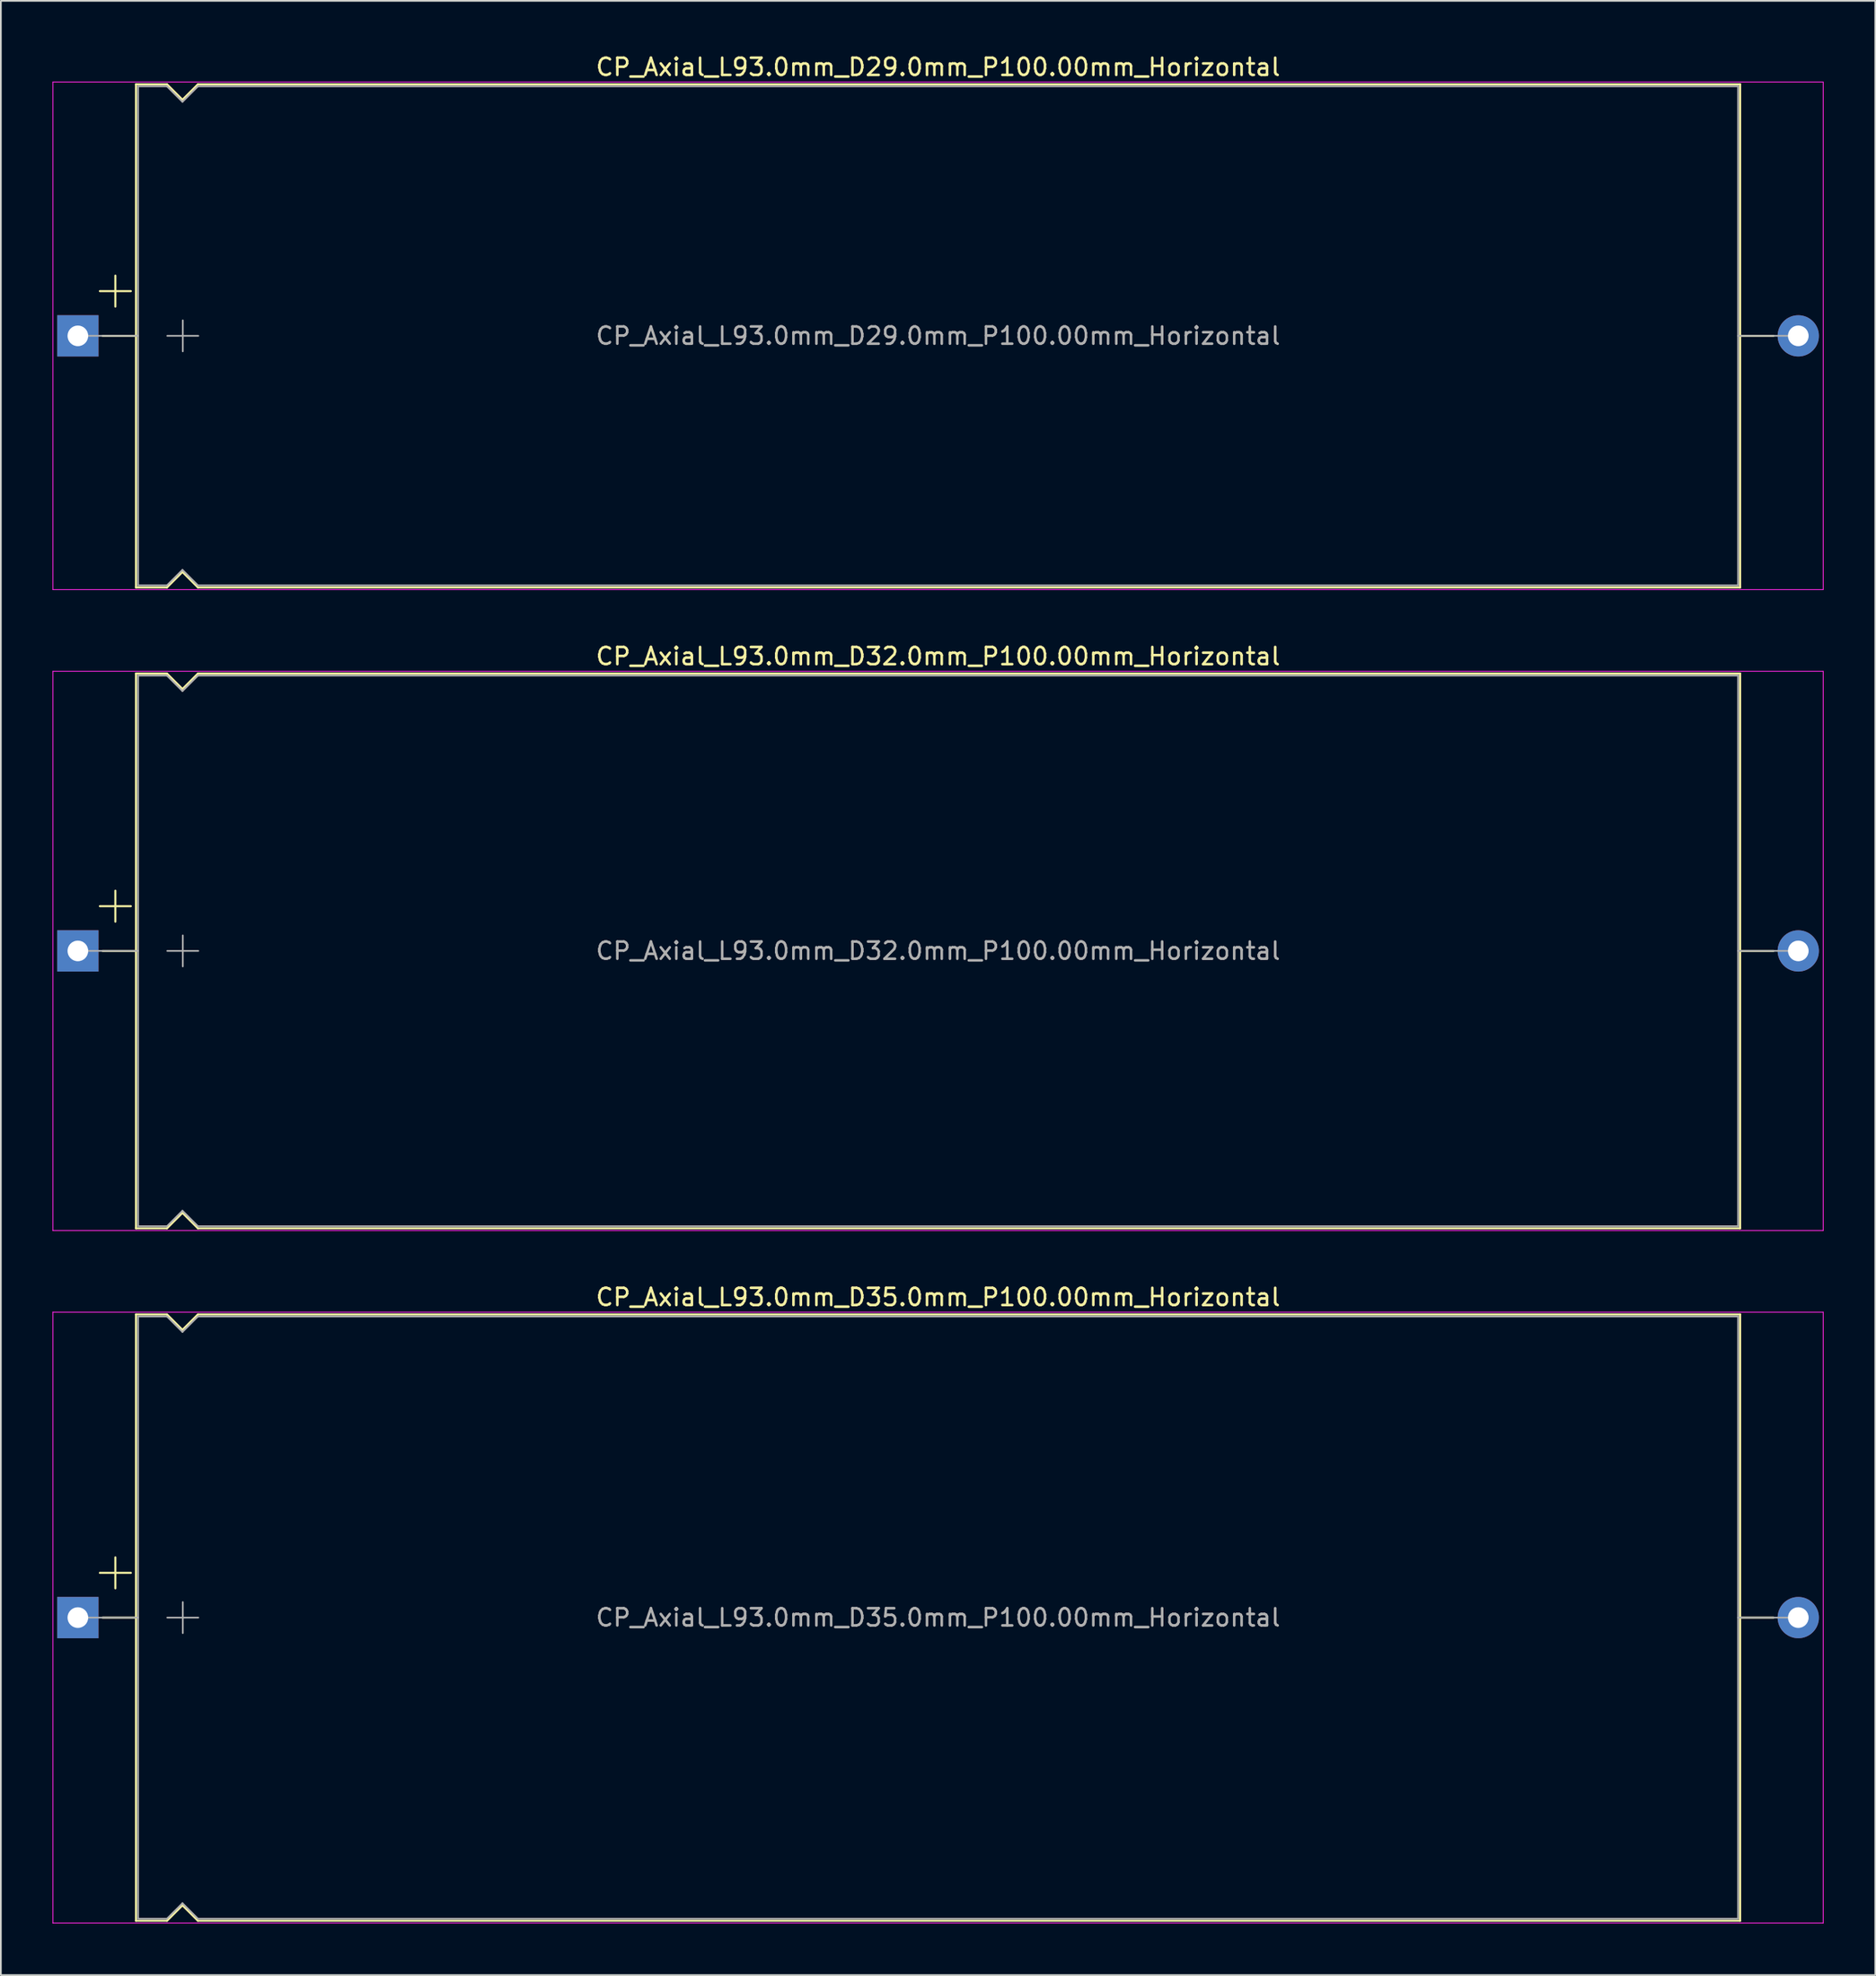
<source format=kicad_pcb>
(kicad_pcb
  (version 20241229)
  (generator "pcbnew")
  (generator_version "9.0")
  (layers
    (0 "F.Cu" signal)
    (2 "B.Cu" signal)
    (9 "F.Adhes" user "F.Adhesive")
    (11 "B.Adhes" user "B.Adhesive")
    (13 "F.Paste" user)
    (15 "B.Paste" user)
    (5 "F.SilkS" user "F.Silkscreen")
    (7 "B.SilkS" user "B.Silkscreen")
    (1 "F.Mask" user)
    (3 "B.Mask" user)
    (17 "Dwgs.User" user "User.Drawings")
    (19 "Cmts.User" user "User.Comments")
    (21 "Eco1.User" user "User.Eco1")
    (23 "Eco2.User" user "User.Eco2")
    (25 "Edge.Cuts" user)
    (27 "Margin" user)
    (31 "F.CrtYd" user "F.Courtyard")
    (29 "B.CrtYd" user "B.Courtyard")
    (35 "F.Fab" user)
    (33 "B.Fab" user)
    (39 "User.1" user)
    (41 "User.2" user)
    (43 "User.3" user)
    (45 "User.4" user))
  (footprint "CP_Axial_L93.0mm_D35.0mm_P100.00mm_Horizontal"
    (layer "F.Cu")
    (at 1.475 90.955)
    (property "Reference" "CP_Axial_L93.0mm_D35.0mm_P100.00mm_Horizontal" (at 50 -18.62 0) (layer "F.SilkS") (effects (font (size 1 1) (thickness 0.15))))
    (attr through_hole)
    (fp_line (start 1.28 -2.6) (end 3.08 -2.6) (stroke (width 0.12) (type solid)) (layer "F.SilkS"))
    (fp_line (start 1.44 0) (end 3.38 0) (stroke (width 0.12) (type solid)) (layer "F.SilkS"))
    (fp_line (start 2.18 -3.5) (end 2.18 -1.7) (stroke (width 0.12) (type solid)) (layer "F.SilkS"))
    (fp_line (start 3.38 -17.62) (end 3.38 17.62) (stroke (width 0.12) (type solid)) (layer "F.SilkS"))
    (fp_line (start 3.38 -17.62) (end 5.18 -17.62) (stroke (width 0.12) (type solid)) (layer "F.SilkS"))
    (fp_line (start 3.38 17.62) (end 5.18 17.62) (stroke (width 0.12) (type solid)) (layer "F.SilkS"))
    (fp_line (start 5.18 -17.62) (end 6.08 -16.72) (stroke (width 0.12) (type solid)) (layer "F.SilkS"))
    (fp_line (start 5.18 17.62) (end 6.08 16.72) (stroke (width 0.12) (type solid)) (layer "F.SilkS"))
    (fp_line (start 6.08 -16.72) (end 6.98 -17.62) (stroke (width 0.12) (type solid)) (layer "F.SilkS"))
    (fp_line (start 6.08 16.72) (end 6.98 17.62) (stroke (width 0.12) (type solid)) (layer "F.SilkS"))
    (fp_line (start 6.98 -17.62) (end 96.62 -17.62) (stroke (width 0.12) (type solid)) (layer "F.SilkS"))
    (fp_line (start 6.98 17.62) (end 96.62 17.62) (stroke (width 0.12) (type solid)) (layer "F.SilkS"))
    (fp_line (start 96.62 -17.62) (end 96.62 17.62) (stroke (width 0.12) (type solid)) (layer "F.SilkS"))
    (fp_line (start 98.56 0) (end 96.62 0) (stroke (width 0.12) (type solid)) (layer "F.SilkS"))
    (fp_line (start -1.45 -17.75) (end -1.45 17.75) (stroke (width 0.05) (type solid)) (layer "F.CrtYd"))
    (fp_line (start -1.45 17.75) (end 101.45 17.75) (stroke (width 0.05) (type solid)) (layer "F.CrtYd"))
    (fp_line (start 101.45 -17.75) (end -1.45 -17.75) (stroke (width 0.05) (type solid)) (layer "F.CrtYd"))
    (fp_line (start 101.45 17.75) (end 101.45 -17.75) (stroke (width 0.05) (type solid)) (layer "F.CrtYd"))
    (fp_line (start 0 0) (end 3.5 0) (stroke (width 0.1) (type solid)) (layer "F.Fab"))
    (fp_line (start 3.5 -17.5) (end 3.5 17.5) (stroke (width 0.1) (type solid)) (layer "F.Fab"))
    (fp_line (start 3.5 -17.5) (end 5.18 -17.5) (stroke (width 0.1) (type solid)) (layer "F.Fab"))
    (fp_line (start 3.5 17.5) (end 5.18 17.5) (stroke (width 0.1) (type solid)) (layer "F.Fab"))
    (fp_line (start 5.18 -17.5) (end 6.08 -16.6) (stroke (width 0.1) (type solid)) (layer "F.Fab"))
    (fp_line (start 5.18 17.5) (end 6.08 16.6) (stroke (width 0.1) (type solid)) (layer "F.Fab"))
    (fp_line (start 5.2 0) (end 7 0) (stroke (width 0.1) (type solid)) (layer "F.Fab"))
    (fp_line (start 6.08 -16.6) (end 6.98 -17.5) (stroke (width 0.1) (type solid)) (layer "F.Fab"))
    (fp_line (start 6.08 16.6) (end 6.98 17.5) (stroke (width 0.1) (type solid)) (layer "F.Fab"))
    (fp_line (start 6.1 -0.9) (end 6.1 0.9) (stroke (width 0.1) (type solid)) (layer "F.Fab"))
    (fp_line (start 6.98 -17.5) (end 96.5 -17.5) (stroke (width 0.1) (type solid)) (layer "F.Fab"))
    (fp_line (start 6.98 17.5) (end 96.5 17.5) (stroke (width 0.1) (type solid)) (layer "F.Fab"))
    (fp_line (start 96.5 -17.5) (end 96.5 17.5) (stroke (width 0.1) (type solid)) (layer "F.Fab"))
    (fp_line (start 100 0) (end 96.5 0) (stroke (width 0.1) (type solid)) (layer "F.Fab"))
    (fp_text user "${REFERENCE}" (at 50 0 0) (layer "F.Fab") (effects (font (size 1 1) (thickness 0.15))))
    (pad "1" thru_hole rect (at 0 0) (size 2.4 2.4) (drill 1.2) (layers "*.Cu" "*.Mask"))
    (pad "2" thru_hole oval (at 100 0) (size 2.4 2.4) (drill 1.2) (layers "*.Cu" "*.Mask")))
  (footprint "CP_Axial_L93.0mm_D29.0mm_P100.00mm_Horizontal"
    (layer "F.Cu")
    (at 1.475 16.468)
    (property "Reference" "CP_Axial_L93.0mm_D29.0mm_P100.00mm_Horizontal" (at 50 -15.62 0) (layer "F.SilkS") (effects (font (size 1 1) (thickness 0.15))))
    (attr through_hole)
    (fp_line (start 1.28 -2.6) (end 3.08 -2.6) (stroke (width 0.12) (type solid)) (layer "F.SilkS"))
    (fp_line (start 1.44 0) (end 3.38 0) (stroke (width 0.12) (type solid)) (layer "F.SilkS"))
    (fp_line (start 2.18 -3.5) (end 2.18 -1.7) (stroke (width 0.12) (type solid)) (layer "F.SilkS"))
    (fp_line (start 3.38 -14.62) (end 3.38 14.62) (stroke (width 0.12) (type solid)) (layer "F.SilkS"))
    (fp_line (start 3.38 -14.62) (end 5.18 -14.62) (stroke (width 0.12) (type solid)) (layer "F.SilkS"))
    (fp_line (start 3.38 14.62) (end 5.18 14.62) (stroke (width 0.12) (type solid)) (layer "F.SilkS"))
    (fp_line (start 5.18 -14.62) (end 6.08 -13.72) (stroke (width 0.12) (type solid)) (layer "F.SilkS"))
    (fp_line (start 5.18 14.62) (end 6.08 13.72) (stroke (width 0.12) (type solid)) (layer "F.SilkS"))
    (fp_line (start 6.08 -13.72) (end 6.98 -14.62) (stroke (width 0.12) (type solid)) (layer "F.SilkS"))
    (fp_line (start 6.08 13.72) (end 6.98 14.62) (stroke (width 0.12) (type solid)) (layer "F.SilkS"))
    (fp_line (start 6.98 -14.62) (end 96.62 -14.62) (stroke (width 0.12) (type solid)) (layer "F.SilkS"))
    (fp_line (start 6.98 14.62) (end 96.62 14.62) (stroke (width 0.12) (type solid)) (layer "F.SilkS"))
    (fp_line (start 96.62 -14.62) (end 96.62 14.62) (stroke (width 0.12) (type solid)) (layer "F.SilkS"))
    (fp_line (start 98.56 0) (end 96.62 0) (stroke (width 0.12) (type solid)) (layer "F.SilkS"))
    (fp_line (start -1.45 -14.75) (end -1.45 14.75) (stroke (width 0.05) (type solid)) (layer "F.CrtYd"))
    (fp_line (start -1.45 14.75) (end 101.45 14.75) (stroke (width 0.05) (type solid)) (layer "F.CrtYd"))
    (fp_line (start 101.45 -14.75) (end -1.45 -14.75) (stroke (width 0.05) (type solid)) (layer "F.CrtYd"))
    (fp_line (start 101.45 14.75) (end 101.45 -14.75) (stroke (width 0.05) (type solid)) (layer "F.CrtYd"))
    (fp_line (start 0 0) (end 3.5 0) (stroke (width 0.1) (type solid)) (layer "F.Fab"))
    (fp_line (start 3.5 -14.5) (end 3.5 14.5) (stroke (width 0.1) (type solid)) (layer "F.Fab"))
    (fp_line (start 3.5 -14.5) (end 5.18 -14.5) (stroke (width 0.1) (type solid)) (layer "F.Fab"))
    (fp_line (start 3.5 14.5) (end 5.18 14.5) (stroke (width 0.1) (type solid)) (layer "F.Fab"))
    (fp_line (start 5.18 -14.5) (end 6.08 -13.6) (stroke (width 0.1) (type solid)) (layer "F.Fab"))
    (fp_line (start 5.18 14.5) (end 6.08 13.6) (stroke (width 0.1) (type solid)) (layer "F.Fab"))
    (fp_line (start 5.2 0) (end 7 0) (stroke (width 0.1) (type solid)) (layer "F.Fab"))
    (fp_line (start 6.08 -13.6) (end 6.98 -14.5) (stroke (width 0.1) (type solid)) (layer "F.Fab"))
    (fp_line (start 6.08 13.6) (end 6.98 14.5) (stroke (width 0.1) (type solid)) (layer "F.Fab"))
    (fp_line (start 6.1 -0.9) (end 6.1 0.9) (stroke (width 0.1) (type solid)) (layer "F.Fab"))
    (fp_line (start 6.98 -14.5) (end 96.5 -14.5) (stroke (width 0.1) (type solid)) (layer "F.Fab"))
    (fp_line (start 6.98 14.5) (end 96.5 14.5) (stroke (width 0.1) (type solid)) (layer "F.Fab"))
    (fp_line (start 96.5 -14.5) (end 96.5 14.5) (stroke (width 0.1) (type solid)) (layer "F.Fab"))
    (fp_line (start 100 0) (end 96.5 0) (stroke (width 0.1) (type solid)) (layer "F.Fab"))
    (fp_text user "${REFERENCE}" (at 50 0 0) (layer "F.Fab") (effects (font (size 1 1) (thickness 0.15))))
    (pad "1" thru_hole rect (at 0 0) (size 2.4 2.4) (drill 1.2) (layers "*.Cu" "*.Mask"))
    (pad "2" thru_hole oval (at 100 0) (size 2.4 2.4) (drill 1.2) (layers "*.Cu" "*.Mask")))
  (footprint "CP_Axial_L93.0mm_D32.0mm_P100.00mm_Horizontal"
    (layer "F.Cu")
    (at 1.475 52.212)
    (property "Reference" "CP_Axial_L93.0mm_D32.0mm_P100.00mm_Horizontal" (at 50 -17.12 0) (layer "F.SilkS") (effects (font (size 1 1) (thickness 0.15))))
    (attr through_hole)
    (fp_line (start 1.28 -2.6) (end 3.08 -2.6) (stroke (width 0.12) (type solid)) (layer "F.SilkS"))
    (fp_line (start 1.44 0) (end 3.38 0) (stroke (width 0.12) (type solid)) (layer "F.SilkS"))
    (fp_line (start 2.18 -3.5) (end 2.18 -1.7) (stroke (width 0.12) (type solid)) (layer "F.SilkS"))
    (fp_line (start 3.38 -16.12) (end 3.38 16.12) (stroke (width 0.12) (type solid)) (layer "F.SilkS"))
    (fp_line (start 3.38 -16.12) (end 5.18 -16.12) (stroke (width 0.12) (type solid)) (layer "F.SilkS"))
    (fp_line (start 3.38 16.12) (end 5.18 16.12) (stroke (width 0.12) (type solid)) (layer "F.SilkS"))
    (fp_line (start 5.18 -16.12) (end 6.08 -15.22) (stroke (width 0.12) (type solid)) (layer "F.SilkS"))
    (fp_line (start 5.18 16.12) (end 6.08 15.22) (stroke (width 0.12) (type solid)) (layer "F.SilkS"))
    (fp_line (start 6.08 -15.22) (end 6.98 -16.12) (stroke (width 0.12) (type solid)) (layer "F.SilkS"))
    (fp_line (start 6.08 15.22) (end 6.98 16.12) (stroke (width 0.12) (type solid)) (layer "F.SilkS"))
    (fp_line (start 6.98 -16.12) (end 96.62 -16.12) (stroke (width 0.12) (type solid)) (layer "F.SilkS"))
    (fp_line (start 6.98 16.12) (end 96.62 16.12) (stroke (width 0.12) (type solid)) (layer "F.SilkS"))
    (fp_line (start 96.62 -16.12) (end 96.62 16.12) (stroke (width 0.12) (type solid)) (layer "F.SilkS"))
    (fp_line (start 98.56 0) (end 96.62 0) (stroke (width 0.12) (type solid)) (layer "F.SilkS"))
    (fp_line (start -1.45 -16.25) (end -1.45 16.25) (stroke (width 0.05) (type solid)) (layer "F.CrtYd"))
    (fp_line (start -1.45 16.25) (end 101.45 16.25) (stroke (width 0.05) (type solid)) (layer "F.CrtYd"))
    (fp_line (start 101.45 -16.25) (end -1.45 -16.25) (stroke (width 0.05) (type solid)) (layer "F.CrtYd"))
    (fp_line (start 101.45 16.25) (end 101.45 -16.25) (stroke (width 0.05) (type solid)) (layer "F.CrtYd"))
    (fp_line (start 0 0) (end 3.5 0) (stroke (width 0.1) (type solid)) (layer "F.Fab"))
    (fp_line (start 3.5 -16) (end 3.5 16) (stroke (width 0.1) (type solid)) (layer "F.Fab"))
    (fp_line (start 3.5 -16) (end 5.18 -16) (stroke (width 0.1) (type solid)) (layer "F.Fab"))
    (fp_line (start 3.5 16) (end 5.18 16) (stroke (width 0.1) (type solid)) (layer "F.Fab"))
    (fp_line (start 5.18 -16) (end 6.08 -15.1) (stroke (width 0.1) (type solid)) (layer "F.Fab"))
    (fp_line (start 5.18 16) (end 6.08 15.1) (stroke (width 0.1) (type solid)) (layer "F.Fab"))
    (fp_line (start 5.2 0) (end 7 0) (stroke (width 0.1) (type solid)) (layer "F.Fab"))
    (fp_line (start 6.08 -15.1) (end 6.98 -16) (stroke (width 0.1) (type solid)) (layer "F.Fab"))
    (fp_line (start 6.08 15.1) (end 6.98 16) (stroke (width 0.1) (type solid)) (layer "F.Fab"))
    (fp_line (start 6.1 -0.9) (end 6.1 0.9) (stroke (width 0.1) (type solid)) (layer "F.Fab"))
    (fp_line (start 6.98 -16) (end 96.5 -16) (stroke (width 0.1) (type solid)) (layer "F.Fab"))
    (fp_line (start 6.98 16) (end 96.5 16) (stroke (width 0.1) (type solid)) (layer "F.Fab"))
    (fp_line (start 96.5 -16) (end 96.5 16) (stroke (width 0.1) (type solid)) (layer "F.Fab"))
    (fp_line (start 100 0) (end 96.5 0) (stroke (width 0.1) (type solid)) (layer "F.Fab"))
    (fp_text user "${REFERENCE}" (at 50 0 0) (layer "F.Fab") (effects (font (size 1 1) (thickness 0.15))))
    (pad "1" thru_hole rect (at 0 0) (size 2.4 2.4) (drill 1.2) (layers "*.Cu" "*.Mask"))
    (pad "2" thru_hole oval (at 100 0) (size 2.4 2.4) (drill 1.2) (layers "*.Cu" "*.Mask")))
  (gr_rect
    (start -3 -3)
    (end 105.95 111.73)
    (stroke (width 0.1) (type default))
    (fill no)
    (layer "Edge.Cuts")))
</source>
